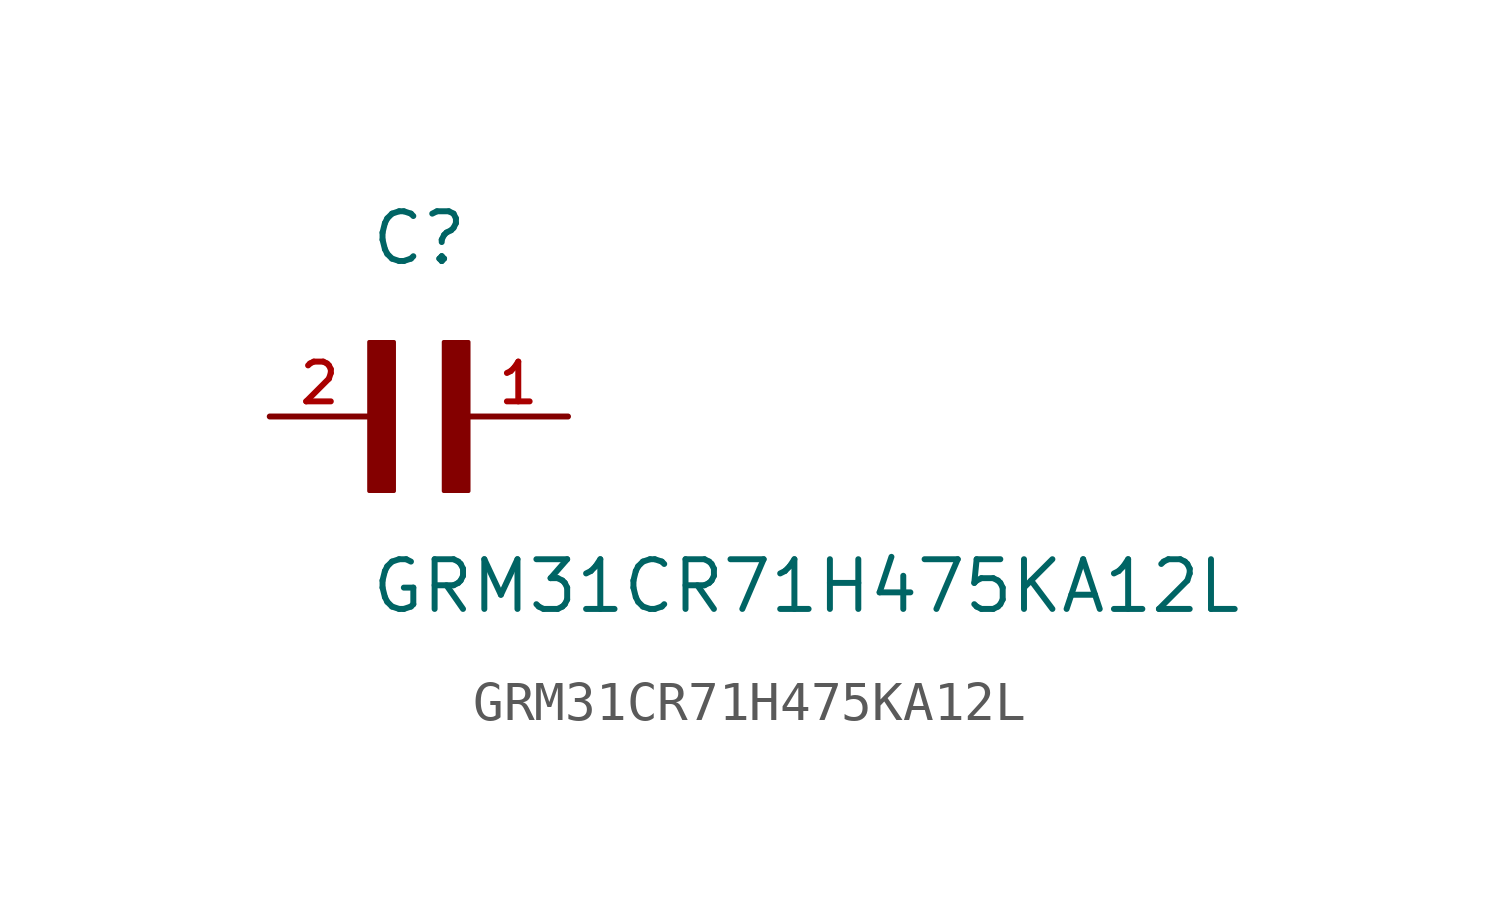
<source format=kicad_sym>
(kicad_symbol_lib
  (version 20211014)
  (generator kicad_symbol_editor)
  (symbol "GRM31CR71H475KA12L"
    (pin_names
      (offset 1.016))
    (property "Reference" "C"
      (at 0.0 3.81 0)
      (effects (font (size 1.27 1.27)) (justify bottom left)))
    (property "Value" "GRM31CR71H475KA12L"
      (at 0.0 -5.08 0)
      (effects (font (size 1.27 1.27)) (justify bottom left)))
    (symbol "GRM31CR71H475KA12L_0_0"
      (rectangle (start 0.0 -1.905) (end 0.635 1.905) (stroke (width 0.1)) (fill (type outline)))
      (rectangle (start 1.905 -1.905) (end 2.54 1.905) (stroke (width 0.1)) (fill (type outline)))
      (pin passive line (at 5.08 0.0 180.0) (length 2.54) (name "~" (effects (font (size 1.016 1.016)))) (number "1" (effects (font (size 1.016 1.016)))))
      (pin passive line (at -2.54 0.0 0) (length 2.54) (name "~" (effects (font (size 1.016 1.016)))) (number "2" (effects (font (size 1.016 1.016))))))))
</source>
